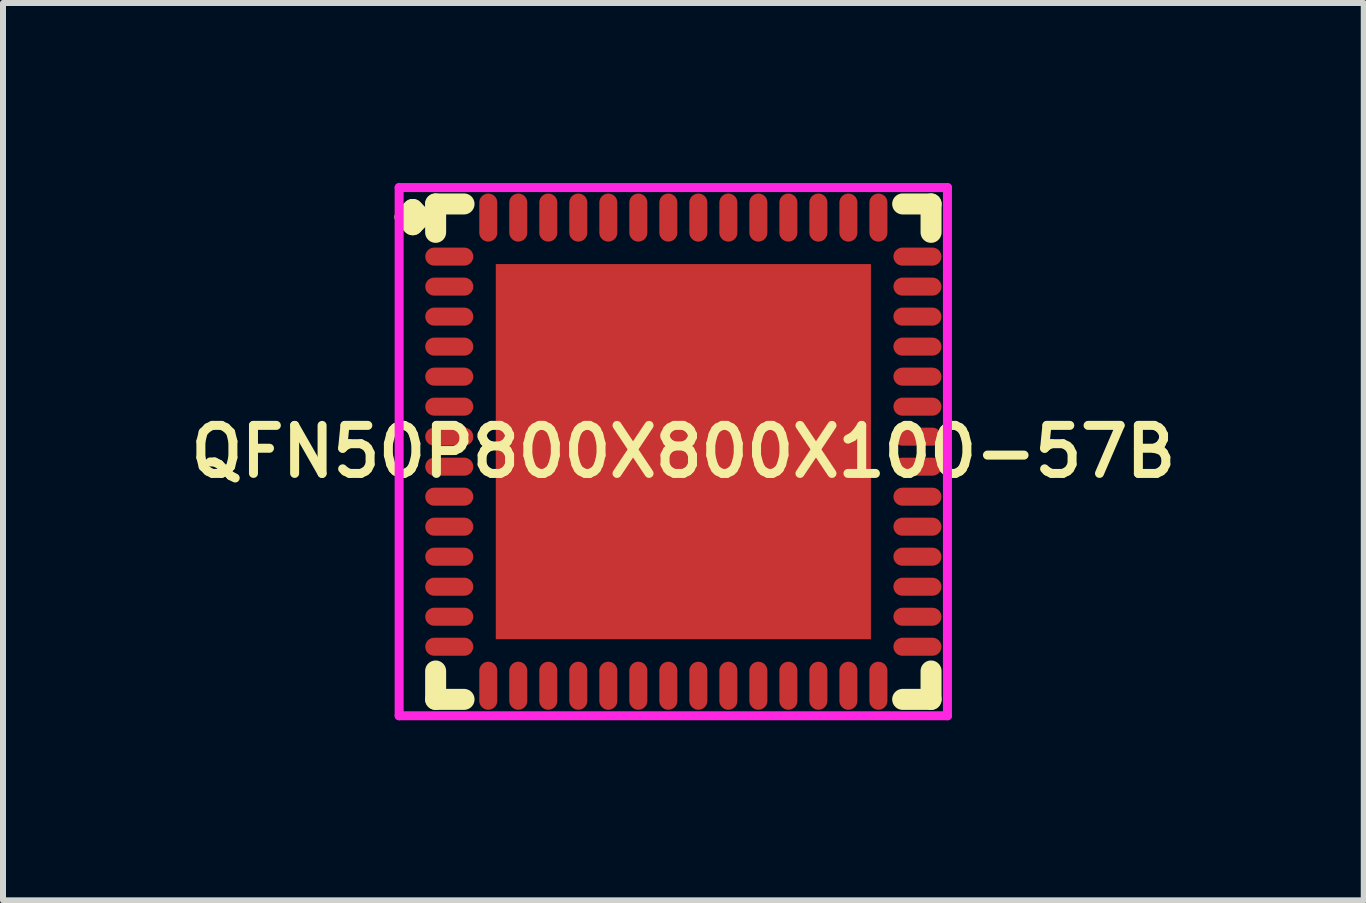
<source format=kicad_pcb>
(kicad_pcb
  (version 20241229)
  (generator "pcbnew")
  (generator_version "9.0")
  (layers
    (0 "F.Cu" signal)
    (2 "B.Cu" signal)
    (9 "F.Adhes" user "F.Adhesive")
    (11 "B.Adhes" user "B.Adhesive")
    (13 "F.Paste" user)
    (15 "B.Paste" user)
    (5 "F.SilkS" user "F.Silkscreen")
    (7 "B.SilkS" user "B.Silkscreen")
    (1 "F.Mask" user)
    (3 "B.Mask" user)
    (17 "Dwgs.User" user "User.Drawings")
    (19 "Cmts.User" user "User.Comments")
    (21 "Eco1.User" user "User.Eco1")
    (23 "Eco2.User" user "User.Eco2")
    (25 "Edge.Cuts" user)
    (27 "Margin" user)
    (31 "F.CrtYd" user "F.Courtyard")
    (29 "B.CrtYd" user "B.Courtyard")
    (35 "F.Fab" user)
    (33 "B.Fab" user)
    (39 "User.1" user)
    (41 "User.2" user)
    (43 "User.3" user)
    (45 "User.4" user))
  (footprint "QFN50P800X800X100-57B"
    (layer "F.Cu")
    (at 8.335 4.475)
    (property "Reference" "QFN50P800X800X100-57B" (at 0 0 0) (layer "F.SilkS") (effects (font (size 0.8 0.8) (thickness 0.15))))
    (attr smd)
    (fp_line (start -4.635 -3.908) (end -4.508 -4.035) (stroke (width 0.35) (type solid)) (layer "F.SilkS"))
    (fp_line (start -4.508 -4.035) (end -4.381 -3.908) (stroke (width 0.35) (type solid)) (layer "F.SilkS"))
    (fp_line (start -4.508 -3.781) (end -4.635 -3.908) (stroke (width 0.35) (type solid)) (layer "F.SilkS"))
    (fp_line (start -4.381 -3.908) (end -4.508 -3.781) (stroke (width 0.35) (type solid)) (layer "F.SilkS"))
    (fp_line (start -4.127 -4.127) (end -3.654 -4.127) (stroke (width 0.35) (type solid)) (layer "F.SilkS"))
    (fp_line (start -4.127 -3.654) (end -4.127 -4.127) (stroke (width 0.35) (type solid)) (layer "F.SilkS"))
    (fp_line (start -4.127 3.654) (end -4.127 4.127) (stroke (width 0.35) (type solid)) (layer "F.SilkS"))
    (fp_line (start -4.127 4.127) (end -3.654 4.127) (stroke (width 0.35) (type solid)) (layer "F.SilkS"))
    (fp_line (start 3.654 -4.127) (end 4.127 -4.127) (stroke (width 0.35) (type solid)) (layer "F.SilkS"))
    (fp_line (start 3.654 4.127) (end 4.127 4.127) (stroke (width 0.35) (type solid)) (layer "F.SilkS"))
    (fp_line (start 4.127 -4.127) (end 4.127 -3.654) (stroke (width 0.35) (type solid)) (layer "F.SilkS"))
    (fp_line (start 4.127 4.127) (end 4.127 3.654) (stroke (width 0.35) (type solid)) (layer "F.SilkS"))
    (fp_line (start -4.735 -4.4) (end 4.4 -4.4) (stroke (width 0.15) (type solid)) (layer "F.CrtYd"))
    (fp_line (start -4.735 4.4) (end -4.735 -4.4) (stroke (width 0.15) (type solid)) (layer "F.CrtYd"))
    (fp_line (start 4.4 -4.4) (end 4.4 4.4) (stroke (width 0.15) (type solid)) (layer "F.CrtYd"))
    (fp_line (start 4.4 4.4) (end -4.735 4.4) (stroke (width 0.15) (type solid)) (layer "F.CrtYd"))
    (pad "1" smd oval (at -3.9 -3.25) (size 0.8 0.3) (layers "F.Cu" "F.Mask" "F.Paste"))
    (pad "2" smd oval (at -3.9 -2.75) (size 0.8 0.3) (layers "F.Cu" "F.Mask" "F.Paste"))
    (pad "3" smd oval (at -3.9 -2.25) (size 0.8 0.3) (layers "F.Cu" "F.Mask" "F.Paste"))
    (pad "4" smd oval (at -3.9 -1.75) (size 0.8 0.3) (layers "F.Cu" "F.Mask" "F.Paste"))
    (pad "5" smd oval (at -3.9 -1.25) (size 0.8 0.3) (layers "F.Cu" "F.Mask" "F.Paste"))
    (pad "6" smd oval (at -3.9 -0.75) (size 0.8 0.3) (layers "F.Cu" "F.Mask" "F.Paste"))
    (pad "7" smd oval (at -3.9 -0.25) (size 0.8 0.3) (layers "F.Cu" "F.Mask" "F.Paste"))
    (pad "8" smd oval (at -3.9 0.25) (size 0.8 0.3) (layers "F.Cu" "F.Mask" "F.Paste"))
    (pad "9" smd oval (at -3.9 0.75) (size 0.8 0.3) (layers "F.Cu" "F.Mask" "F.Paste"))
    (pad "10" smd oval (at -3.9 1.25) (size 0.8 0.3) (layers "F.Cu" "F.Mask" "F.Paste"))
    (pad "11" smd oval (at -3.9 1.75) (size 0.8 0.3) (layers "F.Cu" "F.Mask" "F.Paste"))
    (pad "12" smd oval (at -3.9 2.25) (size 0.8 0.3) (layers "F.Cu" "F.Mask" "F.Paste"))
    (pad "13" smd oval (at -3.9 2.75) (size 0.8 0.3) (layers "F.Cu" "F.Mask" "F.Paste"))
    (pad "14" smd oval (at -3.9 3.25) (size 0.8 0.3) (layers "F.Cu" "F.Mask" "F.Paste"))
    (pad "15" smd oval (at -3.25 3.9) (size 0.3 0.8) (layers "F.Cu" "F.Mask" "F.Paste"))
    (pad "16" smd oval (at -2.75 3.9) (size 0.3 0.8) (layers "F.Cu" "F.Mask" "F.Paste"))
    (pad "17" smd oval (at -2.25 3.9) (size 0.3 0.8) (layers "F.Cu" "F.Mask" "F.Paste"))
    (pad "18" smd oval (at -1.75 3.9) (size 0.3 0.8) (layers "F.Cu" "F.Mask" "F.Paste"))
    (pad "19" smd oval (at -1.25 3.9) (size 0.3 0.8) (layers "F.Cu" "F.Mask" "F.Paste"))
    (pad "20" smd oval (at -0.75 3.9) (size 0.3 0.8) (layers "F.Cu" "F.Mask" "F.Paste"))
    (pad "21" smd oval (at -0.25 3.9) (size 0.3 0.8) (layers "F.Cu" "F.Mask" "F.Paste"))
    (pad "22" smd oval (at 0.25 3.9) (size 0.3 0.8) (layers "F.Cu" "F.Mask" "F.Paste"))
    (pad "23" smd oval (at 0.75 3.9) (size 0.3 0.8) (layers "F.Cu" "F.Mask" "F.Paste"))
    (pad "24" smd oval (at 1.25 3.9) (size 0.3 0.8) (layers "F.Cu" "F.Mask" "F.Paste"))
    (pad "25" smd oval (at 1.75 3.9) (size 0.3 0.8) (layers "F.Cu" "F.Mask" "F.Paste"))
    (pad "26" smd oval (at 2.25 3.9) (size 0.3 0.8) (layers "F.Cu" "F.Mask" "F.Paste"))
    (pad "27" smd oval (at 2.75 3.9) (size 0.3 0.8) (layers "F.Cu" "F.Mask" "F.Paste"))
    (pad "28" smd oval (at 3.25 3.9) (size 0.3 0.8) (layers "F.Cu" "F.Mask" "F.Paste"))
    (pad "29" smd oval (at 3.9 3.25) (size 0.8 0.3) (layers "F.Cu" "F.Mask" "F.Paste"))
    (pad "30" smd oval (at 3.9 2.75) (size 0.8 0.3) (layers "F.Cu" "F.Mask" "F.Paste"))
    (pad "31" smd oval (at 3.9 2.25) (size 0.8 0.3) (layers "F.Cu" "F.Mask" "F.Paste"))
    (pad "32" smd oval (at 3.9 1.75) (size 0.8 0.3) (layers "F.Cu" "F.Mask" "F.Paste"))
    (pad "33" smd oval (at 3.9 1.25) (size 0.8 0.3) (layers "F.Cu" "F.Mask" "F.Paste"))
    (pad "34" smd oval (at 3.9 0.75) (size 0.8 0.3) (layers "F.Cu" "F.Mask" "F.Paste"))
    (pad "35" smd oval (at 3.9 0.25) (size 0.8 0.3) (layers "F.Cu" "F.Mask" "F.Paste"))
    (pad "36" smd oval (at 3.9 -0.25) (size 0.8 0.3) (layers "F.Cu" "F.Mask" "F.Paste"))
    (pad "37" smd oval (at 3.9 -0.75) (size 0.8 0.3) (layers "F.Cu" "F.Mask" "F.Paste"))
    (pad "38" smd oval (at 3.9 -1.25) (size 0.8 0.3) (layers "F.Cu" "F.Mask" "F.Paste"))
    (pad "39" smd oval (at 3.9 -1.75) (size 0.8 0.3) (layers "F.Cu" "F.Mask" "F.Paste"))
    (pad "40" smd oval (at 3.9 -2.25) (size 0.8 0.3) (layers "F.Cu" "F.Mask" "F.Paste"))
    (pad "41" smd oval (at 3.9 -2.75) (size 0.8 0.3) (layers "F.Cu" "F.Mask" "F.Paste"))
    (pad "42" smd oval (at 3.9 -3.25) (size 0.8 0.3) (layers "F.Cu" "F.Mask" "F.Paste"))
    (pad "43" smd oval (at 3.25 -3.9) (size 0.3 0.8) (layers "F.Cu" "F.Mask" "F.Paste"))
    (pad "44" smd oval (at 2.75 -3.9) (size 0.3 0.8) (layers "F.Cu" "F.Mask" "F.Paste"))
    (pad "45" smd oval (at 2.25 -3.9) (size 0.3 0.8) (layers "F.Cu" "F.Mask" "F.Paste"))
    (pad "46" smd oval (at 1.75 -3.9) (size 0.3 0.8) (layers "F.Cu" "F.Mask" "F.Paste"))
    (pad "47" smd oval (at 1.25 -3.9) (size 0.3 0.8) (layers "F.Cu" "F.Mask" "F.Paste"))
    (pad "48" smd oval (at 0.75 -3.9) (size 0.3 0.8) (layers "F.Cu" "F.Mask" "F.Paste"))
    (pad "49" smd oval (at 0.25 -3.9) (size 0.3 0.8) (layers "F.Cu" "F.Mask" "F.Paste"))
    (pad "50" smd oval (at -0.25 -3.9) (size 0.3 0.8) (layers "F.Cu" "F.Mask" "F.Paste"))
    (pad "51" smd oval (at -0.75 -3.9) (size 0.3 0.8) (layers "F.Cu" "F.Mask" "F.Paste"))
    (pad "52" smd oval (at -1.25 -3.9) (size 0.3 0.8) (layers "F.Cu" "F.Mask" "F.Paste"))
    (pad "53" smd oval (at -1.75 -3.9) (size 0.3 0.8) (layers "F.Cu" "F.Mask" "F.Paste"))
    (pad "54" smd oval (at -2.25 -3.9) (size 0.3 0.8) (layers "F.Cu" "F.Mask" "F.Paste"))
    (pad "55" smd oval (at -2.75 -3.9) (size 0.3 0.8) (layers "F.Cu" "F.Mask" "F.Paste"))
    (pad "56" smd oval (at -3.25 -3.9) (size 0.3 0.8) (layers "F.Cu" "F.Mask" "F.Paste"))
    (pad "57" smd rect (at 0 0) (size 6.25 6.25) (layers "F.Cu" "F.Mask" "F.Paste")))
  (gr_rect
    (start -3 -3)
    (end 19.671 11.95)
    (stroke (width 0.1) (type default))
    (fill no)
    (layer "Edge.Cuts")))
</source>
